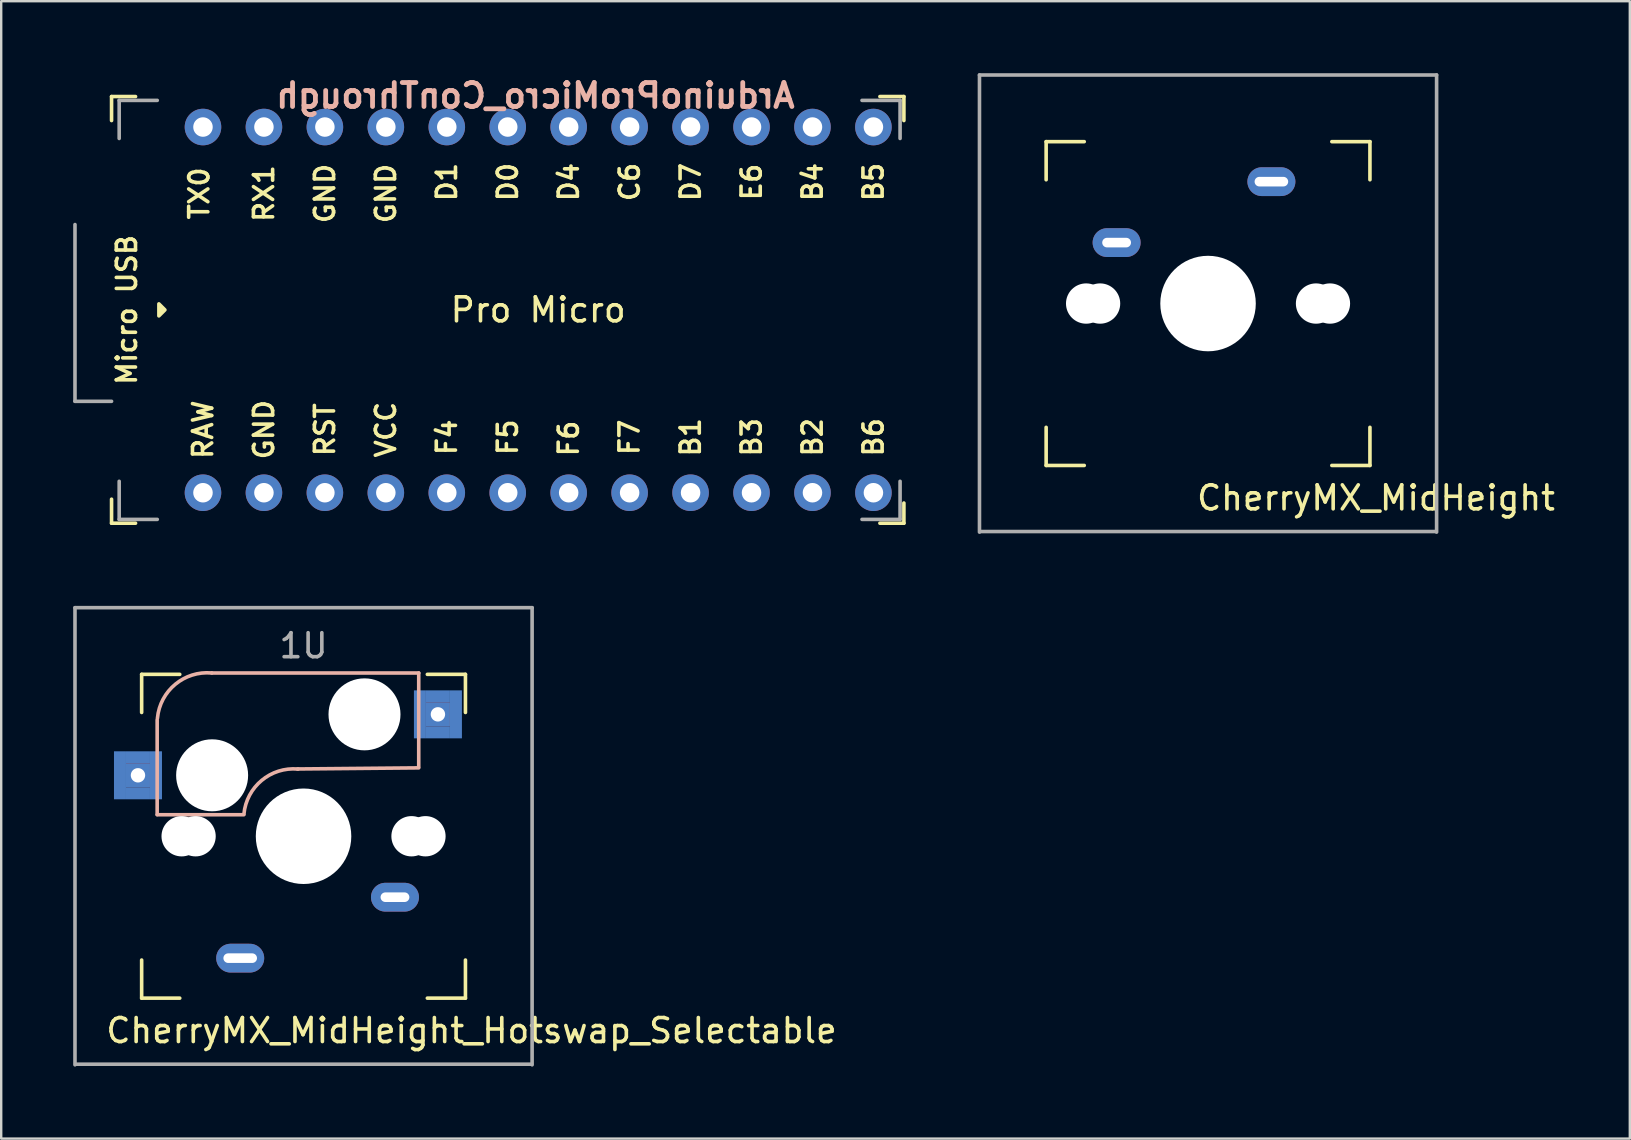
<source format=kicad_pcb>
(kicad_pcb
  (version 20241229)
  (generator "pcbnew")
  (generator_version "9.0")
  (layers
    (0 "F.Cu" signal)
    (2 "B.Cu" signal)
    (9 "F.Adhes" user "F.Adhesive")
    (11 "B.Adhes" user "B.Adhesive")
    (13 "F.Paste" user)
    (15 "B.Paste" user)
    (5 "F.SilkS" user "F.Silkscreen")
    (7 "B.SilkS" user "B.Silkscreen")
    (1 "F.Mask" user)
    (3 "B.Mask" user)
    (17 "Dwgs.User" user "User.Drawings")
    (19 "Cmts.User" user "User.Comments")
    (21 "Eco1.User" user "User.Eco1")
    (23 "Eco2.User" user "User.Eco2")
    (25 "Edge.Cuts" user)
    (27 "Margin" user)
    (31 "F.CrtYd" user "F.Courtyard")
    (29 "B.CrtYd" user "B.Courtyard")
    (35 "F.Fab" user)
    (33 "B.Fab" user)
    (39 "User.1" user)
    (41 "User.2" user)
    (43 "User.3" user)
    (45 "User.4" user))
  (footprint "CherryMX_MidHeight_Hotswap_Selectable"
    (layer "F.Cu")
    (at 9.6 31.8)
    (property "Reference" "CherryMX_MidHeight_Hotswap_Selectable" (at 7 8.1 0) (layer "F.SilkS") (effects (font (size 1 1) (thickness 0.15))))
    (attr through_hole)
    (fp_line (start -6.747 -6.747) (end -5.159 -6.747) (stroke (width 0.15) (type solid)) (layer "F.SilkS"))
    (fp_line (start -6.747 -5.159) (end -6.747 -6.747) (stroke (width 0.15) (type solid)) (layer "F.SilkS"))
    (fp_line (start -6.747 6.747) (end -6.747 5.159) (stroke (width 0.15) (type solid)) (layer "F.SilkS"))
    (fp_line (start -5.159 6.747) (end -6.747 6.747) (stroke (width 0.15) (type solid)) (layer "F.SilkS"))
    (fp_line (start 5.159 -6.747) (end 6.747 -6.747) (stroke (width 0.15) (type solid)) (layer "F.SilkS"))
    (fp_line (start 6.747 -6.747) (end 6.747 -5.159) (stroke (width 0.15) (type solid)) (layer "F.SilkS"))
    (fp_line (start 6.747 5.159) (end 6.747 6.747) (stroke (width 0.15) (type solid)) (layer "F.SilkS"))
    (fp_line (start 6.747 6.747) (end 5.159 6.747) (stroke (width 0.15) (type solid)) (layer "F.SilkS"))
    (fp_line (start -6.1 -4.85) (end -6.1 -0.905) (stroke (width 0.15) (type solid)) (layer "B.SilkS"))
    (fp_line (start -6.1 -0.896) (end -2.49 -0.896) (stroke (width 0.15) (type solid)) (layer "B.SilkS"))
    (fp_line (start 4.8 -6.804) (end -3.825 -6.804) (stroke (width 0.15) (type solid)) (layer "B.SilkS"))
    (fp_line (start 4.8 -2.896) (end 4.8 -6.804) (stroke (width 0.15) (type solid)) (layer "B.SilkS"))
    (fp_line (start 4.8 -2.85) (end -0.25 -2.804) (stroke (width 0.15) (type solid)) (layer "B.SilkS"))
    (fp_arc (start -6.089 -4.92) (mid -5.347189 -6.33089) (end -3.825 -6.804) (stroke (width 0.15) (type solid)) (layer "B.SilkS"))
    (fp_arc (start -2.485 -0.92) (mid -1.744361 -2.328061) (end -0.225 -2.8) (stroke (width 0.15) (type solid)) (layer "B.SilkS"))
    (fp_line (start -9.525 -9.525) (end 9.525 -9.525) (stroke (width 0.15) (type solid)) (layer "F.Fab"))
    (fp_line (start -9.525 9.525) (end -9.525 -9.525) (stroke (width 0.15) (type solid)) (layer "F.Fab"))
    (fp_line (start 9.5 9.5) (end -9.5 9.5) (stroke (width 0.15) (type solid)) (layer "F.Fab"))
    (fp_line (start 9.525 -9.525) (end 9.525 9.525) (stroke (width 0.15) (type solid)) (layer "F.Fab"))
    (fp_text user "1U" (at 0 -7.938 0) (layer "F.Fab") (effects (font (size 1 1) (thickness 0.15))))
    (pad "" np_thru_hole circle (at -5.08 0) (size 1.68 1.68) (drill 1.68) (layers "*.Cu" "*.Mask"))
    (pad "" np_thru_hole circle (at -4.5 0) (size 1.68 1.68) (drill 1.68) (layers "*.Cu" "*.Mask"))
    (pad "" np_thru_hole circle (at -3.81 -2.54 180) (size 3 3) (drill 3) (layers "*.Cu" "*.Mask"))
    (pad "" np_thru_hole circle (at 0 0 90) (size 3.98 3.98) (drill 3.98) (layers "*.Cu" "*.Mask"))
    (pad "" np_thru_hole circle (at 2.54 -5.08 180) (size 3 3) (drill 3) (layers "*.Cu" "*.Mask"))
    (pad "" np_thru_hole circle (at 4.5 0) (size 1.68 1.68) (drill 1.68) (layers "*.Cu" "*.Mask"))
    (pad "" np_thru_hole circle (at 5.08 0) (size 1.68 1.68) (drill 1.68) (layers "*.Cu" "*.Mask"))
    (pad "1" smd rect (at -7.65 -2.54 180) (size 0.5 2) (layers "B.Cu" "B.Mask" "B.Paste"))
    (pad "1" smd rect (at -6.9 -3.29 180) (size 1 0.5) (layers "B.Cu" "B.Mask" "B.Paste"))
    (pad "1" thru_hole rect (at -6.9 -2.54) (size 1 1) (drill 0.6) (layers "*.Cu" "B.Mask"))
    (pad "1" smd rect (at -6.9 -1.79 180) (size 1 0.5) (layers "B.Cu" "B.Mask" "B.Paste"))
    (pad "1" smd rect (at -6.15 -2.54 180) (size 0.5 2) (layers "B.Cu" "B.Mask" "B.Paste"))
    (pad "1" thru_hole oval (at 3.81 2.54 180) (size 2 1.2) (drill oval 1.2 0.4) (layers "*.Cu" "B.Mask"))
    (pad "2" thru_hole oval (at -2.64 5.08 180) (size 2 1.2) (drill oval 1.4 0.4) (layers "*.Cu" "B.Mask"))
    (pad "2" smd rect (at 4.85 -5.08 180) (size 0.5 2) (layers "B.Cu" "B.Mask" "B.Paste"))
    (pad "2" smd rect (at 5.6 -5.83 180) (size 1 0.5) (layers "B.Cu" "B.Mask" "B.Paste"))
    (pad "2" thru_hole rect (at 5.6 -5.08) (size 1 1) (drill 0.6) (layers "*.Cu" "B.Mask"))
    (pad "2" smd rect (at 5.6 -4.33 180) (size 1 0.5) (layers "B.Cu" "B.Mask" "B.Paste"))
    (pad "2" smd rect (at 6.35 -5.08 180) (size 0.5 2) (layers "B.Cu" "B.Mask" "B.Paste")))
  (footprint "CherryMX_MidHeight"
    (layer "F.Cu")
    (at 47.294 9.6)
    (property "Reference" "CherryMX_MidHeight" (at 7 8.1 0) (layer "F.SilkS") (effects (font (size 1 1) (thickness 0.15))))
    (attr through_hole)
    (fp_line (start -6.747 -6.747) (end -5.159 -6.747) (stroke (width 0.15) (type solid)) (layer "F.SilkS"))
    (fp_line (start -6.747 -5.159) (end -6.747 -6.747) (stroke (width 0.15) (type solid)) (layer "F.SilkS"))
    (fp_line (start -6.747 6.747) (end -6.747 5.159) (stroke (width 0.15) (type solid)) (layer "F.SilkS"))
    (fp_line (start -5.159 6.747) (end -6.747 6.747) (stroke (width 0.15) (type solid)) (layer "F.SilkS"))
    (fp_line (start 5.159 -6.747) (end 6.747 -6.747) (stroke (width 0.15) (type solid)) (layer "F.SilkS"))
    (fp_line (start 6.747 -6.747) (end 6.747 -5.159) (stroke (width 0.15) (type solid)) (layer "F.SilkS"))
    (fp_line (start 6.747 5.159) (end 6.747 6.747) (stroke (width 0.15) (type solid)) (layer "F.SilkS"))
    (fp_line (start 6.747 6.747) (end 5.159 6.747) (stroke (width 0.15) (type solid)) (layer "F.SilkS"))
    (fp_line (start -9.525 -9.525) (end 9.525 -9.525) (stroke (width 0.15) (type solid)) (layer "F.Fab"))
    (fp_line (start -9.525 9.525) (end -9.525 -9.525) (stroke (width 0.15) (type solid)) (layer "F.Fab"))
    (fp_line (start 9.5 9.5) (end -9.5 9.5) (stroke (width 0.15) (type solid)) (layer "F.Fab"))
    (fp_line (start 9.525 -9.525) (end 9.525 9.525) (stroke (width 0.15) (type solid)) (layer "F.Fab"))
    (pad "" np_thru_hole circle (at -5.08 0 180) (size 1.68 1.68) (drill 1.68) (layers "*.Cu" "*.Mask"))
    (pad "" np_thru_hole circle (at -4.5 0 180) (size 1.68 1.68) (drill 1.68) (layers "*.Cu" "*.Mask"))
    (pad "" np_thru_hole circle (at 0 0 270) (size 3.98 3.98) (drill 3.98) (layers "*.Cu" "*.Mask"))
    (pad "" np_thru_hole circle (at 4.5 0 180) (size 1.68 1.68) (drill 1.68) (layers "*.Cu" "*.Mask"))
    (pad "" np_thru_hole circle (at 5.08 0 180) (size 1.68 1.68) (drill 1.68) (layers "*.Cu" "*.Mask"))
    (pad "1" thru_hole oval (at -3.81 -2.54) (size 2 1.2) (drill oval 1.2 0.4) (layers "*.Cu" "B.Mask"))
    (pad "2" thru_hole oval (at 2.64 -5.08) (size 2 1.2) (drill oval 1.4 0.4) (layers "*.Cu" "B.Mask")))
  (footprint "ArduinoProMicro_ConThrough"
    (layer "F.Cu")
    (at 19.379 9.864)
    (property "Reference" "ArduinoProMicro_ConThrough" (at -0.118 -8.928 0) (layer "B.SilkS") (effects (font (size 1 1) (thickness 0.2)) (justify mirror)))
    (attr through_hole)
    (fp_line (start -17.78 -8.89) (end -17.78 -7.89) (stroke (width 0.15) (type solid)) (layer "F.SilkS"))
    (fp_line (start -17.78 -8.89) (end -16.78 -8.89) (stroke (width 0.15) (type solid)) (layer "F.SilkS"))
    (fp_line (start -17.78 7.89) (end -17.78 8.89) (stroke (width 0.15) (type solid)) (layer "F.SilkS"))
    (fp_line (start -17.78 8.89) (end -16.78 8.89) (stroke (width 0.15) (type solid)) (layer "F.SilkS"))
    (fp_line (start 15.24 -8.89) (end 14.24 -8.89) (stroke (width 0.15) (type solid)) (layer "F.SilkS"))
    (fp_line (start 15.24 -8.89) (end 15.24 -7.89) (stroke (width 0.15) (type solid)) (layer "F.SilkS"))
    (fp_line (start 15.24 8.89) (end 14.24 8.89) (stroke (width 0.15) (type solid)) (layer "F.SilkS"))
    (fp_line (start 15.24 8.89) (end 15.24 8.049) (stroke (width 0.15) (type solid)) (layer "F.SilkS"))
    (fp_poly (pts (xy -15.807 -0.25) (xy -15.807 0.25) (xy -15.557 0)) (stroke (width 0.15) (type solid)) (fill yes) (layer "F.SilkS"))
    (fp_line (start -19.304 3.81) (end -19.304 -3.556) (stroke (width 0.15) (type solid)) (layer "F.Fab"))
    (fp_line (start -17.78 3.81) (end -19.304 3.81) (stroke (width 0.15) (type solid)) (layer "F.Fab"))
    (fp_line (start -17.462 -8.731) (end -17.462 -7.144) (stroke (width 0.15) (type solid)) (layer "F.Fab"))
    (fp_line (start -17.462 7.144) (end -17.462 8.731) (stroke (width 0.15) (type solid)) (layer "F.Fab"))
    (fp_line (start -17.462 8.731) (end -15.875 8.731) (stroke (width 0.15) (type solid)) (layer "F.Fab"))
    (fp_line (start -15.875 -8.731) (end -17.462 -8.731) (stroke (width 0.15) (type solid)) (layer "F.Fab"))
    (fp_line (start 15.081 -8.731) (end 13.494 -8.731) (stroke (width 0.15) (type solid)) (layer "F.Fab"))
    (fp_line (start 15.081 -7.144) (end 15.081 -8.731) (stroke (width 0.15) (type solid)) (layer "F.Fab"))
    (fp_line (start 15.081 7.144) (end 15.081 8.731) (stroke (width 0.15) (type solid)) (layer "F.Fab"))
    (fp_line (start 15.081 8.731) (end 13.494 8.731) (stroke (width 0.15) (type solid)) (layer "F.Fab"))
    (fp_text user "GND" (at -6.35 -4.851 90) (unlocked yes) (layer "F.SilkS") (effects (font (size 0.8 0.8) (thickness 0.15))))
    (fp_text user "B5" (at 13.97 -5.328 90) (unlocked yes) (layer "F.SilkS") (effects (font (size 0.8 0.8) (thickness 0.15))))
    (fp_text user "TX0" (at -14.129 -4.851 90) (layer "F.SilkS") (effects (font (size 0.8 0.8) (thickness 0.15))))
    (fp_text user "E6" (at 8.89 -5.328 90) (unlocked yes) (layer "F.SilkS") (effects (font (size 0.8 0.8) (thickness 0.15))))
    (fp_text user "D1" (at -3.81 -5.328 90) (unlocked yes) (layer "F.SilkS") (effects (font (size 0.8 0.8) (thickness 0.15))))
    (fp_text user "B3" (at 8.89 5.309 90) (unlocked yes) (layer "F.SilkS") (effects (font (size 0.8 0.8) (thickness 0.15))))
    (fp_text user "GND" (at -8.89 -4.851 90) (unlocked yes) (layer "F.SilkS") (effects (font (size 0.8 0.8) (thickness 0.15))))
    (fp_text user "F4" (at -3.81 5.309 90) (unlocked yes) (layer "F.SilkS") (effects (font (size 0.8 0.8) (thickness 0.15))))
    (fp_text user "RX1" (at -11.43 -4.851 90) (unlocked yes) (layer "F.SilkS") (effects (font (size 0.8 0.8) (thickness 0.15))))
    (fp_text user "D0" (at -1.27 -5.328 90) (unlocked yes) (layer "F.SilkS") (effects (font (size 0.8 0.8) (thickness 0.15))))
    (fp_text user "F7" (at 3.8 5.309 90) (unlocked yes) (layer "F.SilkS") (effects (font (size 0.8 0.8) (thickness 0.15))))
    (fp_text user "D7" (at 6.35 -5.328 90) (unlocked yes) (layer "F.SilkS") (effects (font (size 0.8 0.8) (thickness 0.15))))
    (fp_text user "B4" (at 11.43 -5.328 90) (unlocked yes) (layer "F.SilkS") (effects (font (size 0.8 0.8) (thickness 0.15))))
    (fp_text user "D4" (at 1.27 -5.328 90) (unlocked yes) (layer "F.SilkS") (effects (font (size 0.8 0.8) (thickness 0.15))))
    (fp_text user "C6" (at 3.81 -5.328 90) (unlocked yes) (layer "F.SilkS") (effects (font (size 0.8 0.8) (thickness 0.15))))
    (fp_text user "GND" (at -11.43 4.991 90) (unlocked yes) (layer "F.SilkS") (effects (font (size 0.8 0.8) (thickness 0.15))))
    (fp_text user "RST" (at -8.89 4.991 90) (unlocked yes) (layer "F.SilkS") (effects (font (size 0.8 0.8) (thickness 0.15))))
    (fp_text user "Pro Micro" (at 0 0 0) (layer "F.SilkS") (effects (font (size 1 1) (thickness 0.15))))
    (fp_text user "F6" (at 1.27 5.36 90) (unlocked yes) (layer "F.SilkS") (effects (font (size 0.8 0.8) (thickness 0.15))))
    (fp_text user "Micro USB" (at -17.145 0 90) (unlocked yes) (layer "F.SilkS") (effects (font (size 0.8 0.8) (thickness 0.15))))
    (fp_text user "RAW" (at -13.97 4.991 90) (unlocked yes) (layer "F.SilkS") (effects (font (size 0.8 0.8) (thickness 0.15))))
    (fp_text user "VCC" (at -6.35 4.991 90) (unlocked yes) (layer "F.SilkS") (effects (font (size 0.8 0.8) (thickness 0.15))))
    (fp_text user "B6" (at 13.97 5.309 90) (unlocked yes) (layer "F.SilkS") (effects (font (size 0.8 0.8) (thickness 0.15))))
    (fp_text user "B1" (at 6.35 5.309 90) (unlocked yes) (layer "F.SilkS") (effects (font (size 0.8 0.8) (thickness 0.15))))
    (fp_text user "B2" (at 11.43 5.309 90) (unlocked yes) (layer "F.SilkS") (effects (font (size 0.8 0.8) (thickness 0.15))))
    (fp_text user "F5" (at -1.27 5.309 90) (unlocked yes) (layer "F.SilkS") (effects (font (size 0.8 0.8) (thickness 0.15))))
    (pad "1" thru_hole circle (at -13.97 -7.62) (size 1.524 1.524) (drill 0.813) (layers "*.Cu" "*.Mask"))
    (pad "2" thru_hole circle (at -11.43 -7.62) (size 1.524 1.524) (drill 0.813) (layers "*.Cu" "*.Mask"))
    (pad "3" thru_hole circle (at -8.89 -7.62) (size 1.524 1.524) (drill 0.813) (layers "*.Cu" "*.Mask"))
    (pad "4" thru_hole circle (at -6.35 -7.62) (size 1.524 1.524) (drill 0.813) (layers "*.Cu" "*.Mask"))
    (pad "5" thru_hole circle (at -3.81 -7.62) (size 1.524 1.524) (drill 0.813) (layers "*.Cu" "*.Mask"))
    (pad "6" thru_hole circle (at -1.27 -7.62) (size 1.524 1.524) (drill 0.813) (layers "*.Cu" "*.Mask"))
    (pad "7" thru_hole circle (at 1.27 -7.62) (size 1.524 1.524) (drill 0.813) (layers "*.Cu" "*.Mask"))
    (pad "8" thru_hole circle (at 3.81 -7.62) (size 1.524 1.524) (drill 0.813) (layers "*.Cu" "*.Mask"))
    (pad "9" thru_hole circle (at 6.35 -7.62) (size 1.524 1.524) (drill 0.813) (layers "*.Cu" "*.Mask"))
    (pad "10" thru_hole circle (at 8.89 -7.62) (size 1.524 1.524) (drill 0.813) (layers "*.Cu" "*.Mask"))
    (pad "11" thru_hole circle (at 11.43 -7.62) (size 1.524 1.524) (drill 0.813) (layers "*.Cu" "*.Mask"))
    (pad "12" thru_hole circle (at 13.97 -7.62) (size 1.524 1.524) (drill 0.813) (layers "*.Cu" "*.Mask"))
    (pad "13" thru_hole circle (at 13.97 7.62) (size 1.524 1.524) (drill 0.813) (layers "*.Cu" "*.Mask"))
    (pad "14" thru_hole circle (at 11.43 7.62) (size 1.524 1.524) (drill 0.813) (layers "*.Cu" "*.Mask"))
    (pad "15" thru_hole circle (at 8.89 7.62) (size 1.524 1.524) (drill 0.813) (layers "*.Cu" "*.Mask"))
    (pad "16" thru_hole circle (at 6.35 7.62) (size 1.524 1.524) (drill 0.813) (layers "*.Cu" "*.Mask"))
    (pad "17" thru_hole circle (at 3.81 7.62) (size 1.524 1.524) (drill 0.813) (layers "*.Cu" "*.Mask"))
    (pad "18" thru_hole circle (at 1.27 7.62) (size 1.524 1.524) (drill 0.813) (layers "*.Cu" "*.Mask"))
    (pad "19" thru_hole circle (at -1.27 7.62) (size 1.524 1.524) (drill 0.813) (layers "*.Cu" "*.Mask"))
    (pad "20" thru_hole circle (at -3.81 7.62) (size 1.524 1.524) (drill 0.813) (layers "*.Cu" "*.Mask"))
    (pad "21" thru_hole circle (at -6.35 7.62) (size 1.524 1.524) (drill 0.813) (layers "*.Cu" "*.Mask"))
    (pad "22" thru_hole circle (at -8.89 7.62) (size 1.524 1.524) (drill 0.813) (layers "*.Cu" "*.Mask"))
    (pad "23" thru_hole circle (at -11.43 7.62) (size 1.524 1.524) (drill 0.813) (layers "*.Cu" "*.Mask"))
    (pad "24" thru_hole circle (at -13.97 7.62) (size 1.524 1.524) (drill 0.813) (layers "*.Cu" "*.Mask")))
  (gr_rect
    (start -3 -3)
    (end 64.871 44.4)
    (stroke (width 0.1) (type default))
    (fill no)
    (layer "Edge.Cuts")))
</source>
